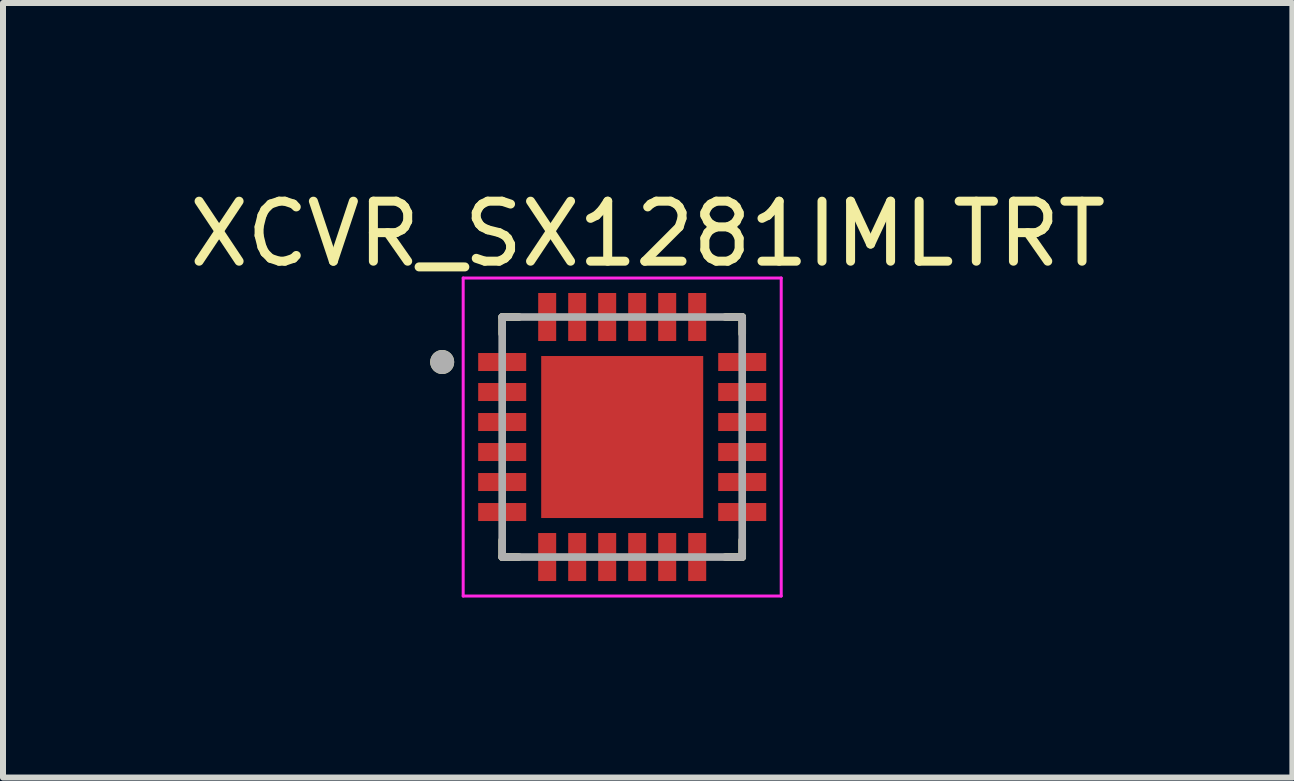
<source format=kicad_pcb>
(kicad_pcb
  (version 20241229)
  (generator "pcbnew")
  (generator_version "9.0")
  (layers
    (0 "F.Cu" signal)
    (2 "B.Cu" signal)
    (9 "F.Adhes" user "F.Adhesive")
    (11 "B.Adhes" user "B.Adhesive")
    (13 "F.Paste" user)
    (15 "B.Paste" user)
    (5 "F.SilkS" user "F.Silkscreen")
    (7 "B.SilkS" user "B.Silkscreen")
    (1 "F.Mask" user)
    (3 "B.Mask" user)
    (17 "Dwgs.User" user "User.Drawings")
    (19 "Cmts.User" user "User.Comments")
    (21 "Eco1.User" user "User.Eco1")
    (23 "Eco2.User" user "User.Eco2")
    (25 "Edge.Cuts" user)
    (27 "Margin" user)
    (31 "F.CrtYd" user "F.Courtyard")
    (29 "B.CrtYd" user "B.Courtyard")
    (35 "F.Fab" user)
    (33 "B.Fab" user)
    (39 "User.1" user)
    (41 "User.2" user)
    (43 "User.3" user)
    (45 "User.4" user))
  (footprint "XCVR_SX1281IMLTRT"
    (layer "F.Cu")
    (at 7.319 4.233)
    (property "Reference" "XCVR_SX1281IMLTRT" (at 0.425 -3.385 0) (layer "F.SilkS") (effects (font (size 1 1) (thickness 0.15))))
    (attr smd)
    (fp_line (start -2 -2) (end -1.72 -2) (stroke (width 0.127) (type solid)) (layer "F.SilkS"))
    (fp_line (start -2 -1.72) (end -2 -2) (stroke (width 0.127) (type solid)) (layer "F.SilkS"))
    (fp_line (start -2 2) (end -2 1.72) (stroke (width 0.127) (type solid)) (layer "F.SilkS"))
    (fp_line (start -1.72 2) (end -2 2) (stroke (width 0.127) (type solid)) (layer "F.SilkS"))
    (fp_line (start 1.72 -2) (end 2 -2) (stroke (width 0.127) (type solid)) (layer "F.SilkS"))
    (fp_line (start 2 -2) (end 2 -1.72) (stroke (width 0.127) (type solid)) (layer "F.SilkS"))
    (fp_line (start 2 2) (end 1.72 2) (stroke (width 0.127) (type solid)) (layer "F.SilkS"))
    (fp_line (start 2 2) (end 2 1.72) (stroke (width 0.127) (type solid)) (layer "F.SilkS"))
    (fp_circle (center -3 -1.25) (end -2.9 -1.25) (stroke (width 0.2) (type solid)) (fill no) (layer "F.SilkS"))
    (fp_poly (pts (xy -0.854 -0.854) (xy 0.854 -0.854) (xy 0.854 0.854) (xy -0.854 0.854)) (stroke (width 0.01) (type solid)) (fill yes) (layer "F.Paste"))
    (fp_line (start -2.65 -2.65) (end -2.65 2.65) (stroke (width 0.05) (type solid)) (layer "F.CrtYd"))
    (fp_line (start -2.65 2.65) (end 2.65 2.65) (stroke (width 0.05) (type solid)) (layer "F.CrtYd"))
    (fp_line (start 2.65 -2.65) (end -2.65 -2.65) (stroke (width 0.05) (type solid)) (layer "F.CrtYd"))
    (fp_line (start 2.65 2.65) (end 2.65 -2.65) (stroke (width 0.05) (type solid)) (layer "F.CrtYd"))
    (fp_line (start -2 -2) (end 2 -2) (stroke (width 0.127) (type solid)) (layer "F.Fab"))
    (fp_line (start -2 2) (end -2 -2) (stroke (width 0.127) (type solid)) (layer "F.Fab"))
    (fp_line (start 2 -2) (end 2 2) (stroke (width 0.127) (type solid)) (layer "F.Fab"))
    (fp_line (start 2 2) (end -2 2) (stroke (width 0.127) (type solid)) (layer "F.Fab"))
    (fp_circle (center -3 -1.25) (end -2.9 -1.25) (stroke (width 0.2) (type solid)) (fill no) (layer "F.Fab"))
    (pad "1" smd rect (at -2 -1.25) (size 0.8 0.3) (layers "F.Cu" "F.Mask" "F.Paste"))
    (pad "2" smd rect (at -2 -0.75) (size 0.8 0.3) (layers "F.Cu" "F.Mask" "F.Paste"))
    (pad "3" smd rect (at -2 -0.25) (size 0.8 0.3) (layers "F.Cu" "F.Mask" "F.Paste"))
    (pad "4" smd rect (at -2 0.25) (size 0.8 0.3) (layers "F.Cu" "F.Mask" "F.Paste"))
    (pad "5" smd rect (at -2 0.75) (size 0.8 0.3) (layers "F.Cu" "F.Mask" "F.Paste"))
    (pad "6" smd rect (at -2 1.25) (size 0.8 0.3) (layers "F.Cu" "F.Mask" "F.Paste"))
    (pad "7" smd rect (at -1.25 2) (size 0.3 0.8) (layers "F.Cu" "F.Mask" "F.Paste"))
    (pad "8" smd rect (at -0.75 2) (size 0.3 0.8) (layers "F.Cu" "F.Mask" "F.Paste"))
    (pad "9" smd rect (at -0.25 2) (size 0.3 0.8) (layers "F.Cu" "F.Mask" "F.Paste"))
    (pad "10" smd rect (at 0.25 2) (size 0.3 0.8) (layers "F.Cu" "F.Mask" "F.Paste"))
    (pad "11" smd rect (at 0.75 2) (size 0.3 0.8) (layers "F.Cu" "F.Mask" "F.Paste"))
    (pad "12" smd rect (at 1.25 2) (size 0.3 0.8) (layers "F.Cu" "F.Mask" "F.Paste"))
    (pad "13" smd rect (at 2 1.25) (size 0.8 0.3) (layers "F.Cu" "F.Mask" "F.Paste"))
    (pad "14" smd rect (at 2 0.75) (size 0.8 0.3) (layers "F.Cu" "F.Mask" "F.Paste"))
    (pad "15" smd rect (at 2 0.25) (size 0.8 0.3) (layers "F.Cu" "F.Mask" "F.Paste"))
    (pad "16" smd rect (at 2 -0.25) (size 0.8 0.3) (layers "F.Cu" "F.Mask" "F.Paste"))
    (pad "17" smd rect (at 2 -0.75) (size 0.8 0.3) (layers "F.Cu" "F.Mask" "F.Paste"))
    (pad "18" smd rect (at 2 -1.25) (size 0.8 0.3) (layers "F.Cu" "F.Mask" "F.Paste"))
    (pad "19" smd rect (at 1.25 -2) (size 0.3 0.8) (layers "F.Cu" "F.Mask" "F.Paste"))
    (pad "20" smd rect (at 0.75 -2) (size 0.3 0.8) (layers "F.Cu" "F.Mask" "F.Paste"))
    (pad "21" smd rect (at 0.25 -2) (size 0.3 0.8) (layers "F.Cu" "F.Mask" "F.Paste"))
    (pad "22" smd rect (at -0.25 -2) (size 0.3 0.8) (layers "F.Cu" "F.Mask" "F.Paste"))
    (pad "23" smd rect (at -0.75 -2) (size 0.3 0.8) (layers "F.Cu" "F.Mask" "F.Paste"))
    (pad "24" smd rect (at -1.25 -2) (size 0.3 0.8) (layers "F.Cu" "F.Mask" "F.Paste"))
    (pad "25" smd rect (at 0 0) (size 2.7 2.7) (layers "F.Cu" "F.Mask")))
  (gr_rect
    (start -3 -3)
    (end 18.488 9.908)
    (stroke (width 0.1) (type default))
    (fill no)
    (layer "Edge.Cuts")))
</source>
